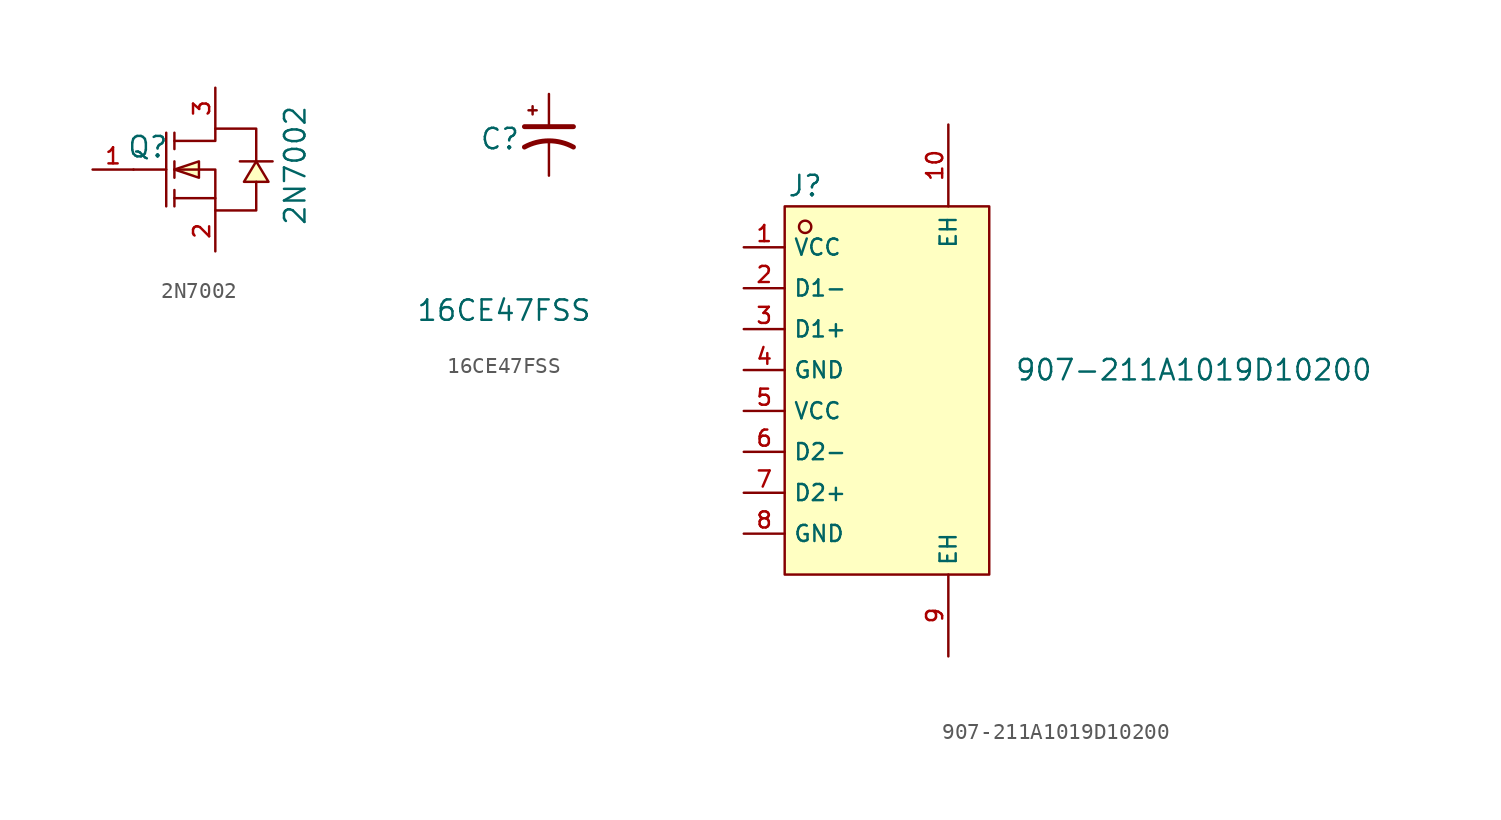
<source format=kicad_sym>
(kicad_symbol_lib
  (version 20220914)
  (generator kicad_symbol_editor)
  (symbol "2N7002"
    (pin_names hide)
    (property "Reference" "Q"
      (at -1.651 1.397 0)
      (effects (font (size 1.27 1.27))))
    (property "Value" "2N7002"
      (at 7.493 0.254 90)
      (effects (font (size 1.27 1.27))))
    (symbol "2N7002_0_1"
      (polyline (pts (xy -2.54 0) (xy -0.508 0)) (stroke (width 0) (type default)) (fill (type none)))
      (polyline (pts (xy -0.508 2.286) (xy -0.508 -2.286)) (stroke (width 0) (type default)) (fill (type none)))
      (polyline (pts (xy 0 -2.286) (xy 0 -1.27)) (stroke (width 0) (type default)) (fill (type none)))
      (polyline (pts (xy 0 -0.508) (xy 0 0.508)) (stroke (width 0) (type default)) (fill (type none)))
      (polyline (pts (xy 0 2.286) (xy 0 1.27)) (stroke (width 0) (type default)) (fill (type none)))
      (polyline (pts (xy 2.54 -1.778) (xy 0 -1.778)) (stroke (width 0) (type default)) (fill (type none)))
      (polyline (pts (xy 0 0) (xy 1.524 -0.508) (xy 1.524 0.508) (xy 0 0)) (stroke (width 0) (type default)) (fill (type background)))
      (polyline (pts (xy 5.08 0.508) (xy 4.318 -0.762) (xy 5.842 -0.762) (xy 5.08 0.508)) (stroke (width 0) (type default)) (fill (type background)))
      (polyline (pts (xy 6.096 0.508) (xy 5.588 0.508) (xy 4.572 0.508) (xy 4.064 0.508)) (stroke (width 0) (type default)) (fill (type none)))
      (polyline (pts (xy 0 0) (xy 2.54 0) (xy 2.54 -2.54) (xy 5.08 -2.54) (xy 5.08 -0.762)) (stroke (width 0) (type default)) (fill (type none)))
      (polyline (pts (xy 0 1.778) (xy 2.54 1.778) (xy 2.54 2.54) (xy 5.08 2.54) (xy 5.08 0.508)) (stroke (width 0) (type default)) (fill (type none)))
      (pin unspecified line (at -5.08 0 0) (length 2.54) (name "G" (effects (font (size 1 1)))) (number "1" (effects (font (size 1 1)))))
      (pin unspecified line (at 2.54 -5.08 90) (length 2.54) (name "S" (effects (font (size 1 1)))) (number "2" (effects (font (size 1 1)))))
      (pin unspecified line (at 2.54 5.08 270) (length 2.54) (name "D" (effects (font (size 1 1)))) (number "3" (effects (font (size 1 1)))))))
  (symbol "16CE47FSS"
    (pin_numbers hide)
    (pin_names hide)
    (property "Reference" "C"
      (at -3.048 -0.254 0)
      (effects (font (size 1.27 1.27))))
    (property "Value" "16CE47FSS"
      (at -2.794 -10.922 0)
      (effects (font (size 1.27 1.27))))
    (symbol "16CE47FSS_0_1"
      (polyline (pts (xy -1.524 0.508) (xy 1.524 0.508)) (stroke (width 0.305) (type default)) (fill (type none)))
      (polyline (pts (xy -1.27 1.524) (xy -0.762 1.524)) (stroke (width 0) (type default)) (fill (type none)))
      (polyline (pts (xy -1.016 1.27) (xy -1.016 1.778)) (stroke (width 0) (type default)) (fill (type none)))
      (arc (start 1.524 -0.762) (mid 0 -0.3734) (end -1.524 -0.762) (stroke (width 0.3048) (type default)) (fill (type none))))
    (symbol "16CE47FSS_1_1"
      (pin passive line (at 0 2.54 270) (length 2.032) (name "~" (effects (font (size 1.27 1.27)))) (number "1" (effects (font (size 1.27 1.27)))))
      (pin passive line (at 0 -2.54 90) (length 2.032) (name "~" (effects (font (size 1.27 1.27)))) (number "2" (effects (font (size 1.27 1.27)))))))
  (symbol "907-211A1019D10200"
    (property "Reference" "J"
      (at -8.89 13.97 0)
      (effects (font (size 1.27 1.27))))
    (property "Value" "907-211A1019D10200"
      (at 15.24 2.54 0)
      (effects (font (size 1.27 1.27))))
    (symbol "907-211A1019D10200_0_1"
      (rectangle (start -10.16 12.7) (end 2.54 -10.16) (stroke (width 0) (type default)) (fill (type background)))
      (circle (center -8.89 11.43) (radius 0.381) (stroke (width 0) (type default)) (fill (type background)))
      (pin unspecified line (at -12.7 10.16 0) (length 2.54) (name "VCC" (effects (font (size 1 1)))) (number "1" (effects (font (size 1 1)))))
      (pin unspecified line (at 0 17.78 270) (length 5.08) (name "EH" (effects (font (size 1 1)))) (number "10" (effects (font (size 1 1)))))
      (pin unspecified line (at -12.7 7.62 0) (length 2.54) (name "D1-" (effects (font (size 1 1)))) (number "2" (effects (font (size 1 1)))))
      (pin unspecified line (at -12.7 5.08 0) (length 2.54) (name "D1+" (effects (font (size 1 1)))) (number "3" (effects (font (size 1 1)))))
      (pin unspecified line (at -12.7 2.54 0) (length 2.54) (name "GND" (effects (font (size 1 1)))) (number "4" (effects (font (size 1 1)))))
      (pin unspecified line (at -12.7 0 0) (length 2.54) (name "VCC" (effects (font (size 1 1)))) (number "5" (effects (font (size 1 1)))))
      (pin unspecified line (at -12.7 -2.54 0) (length 2.54) (name "D2-" (effects (font (size 1 1)))) (number "6" (effects (font (size 1 1)))))
      (pin unspecified line (at -12.7 -5.08 0) (length 2.54) (name "D2+" (effects (font (size 1 1)))) (number "7" (effects (font (size 1 1)))))
      (pin unspecified line (at -12.7 -7.62 0) (length 2.54) (name "GND" (effects (font (size 1 1)))) (number "8" (effects (font (size 1 1)))))
      (pin unspecified line (at 0 -15.24 90) (length 5.08) (name "EH" (effects (font (size 1 1)))) (number "9" (effects (font (size 1 1))))))))
</source>
